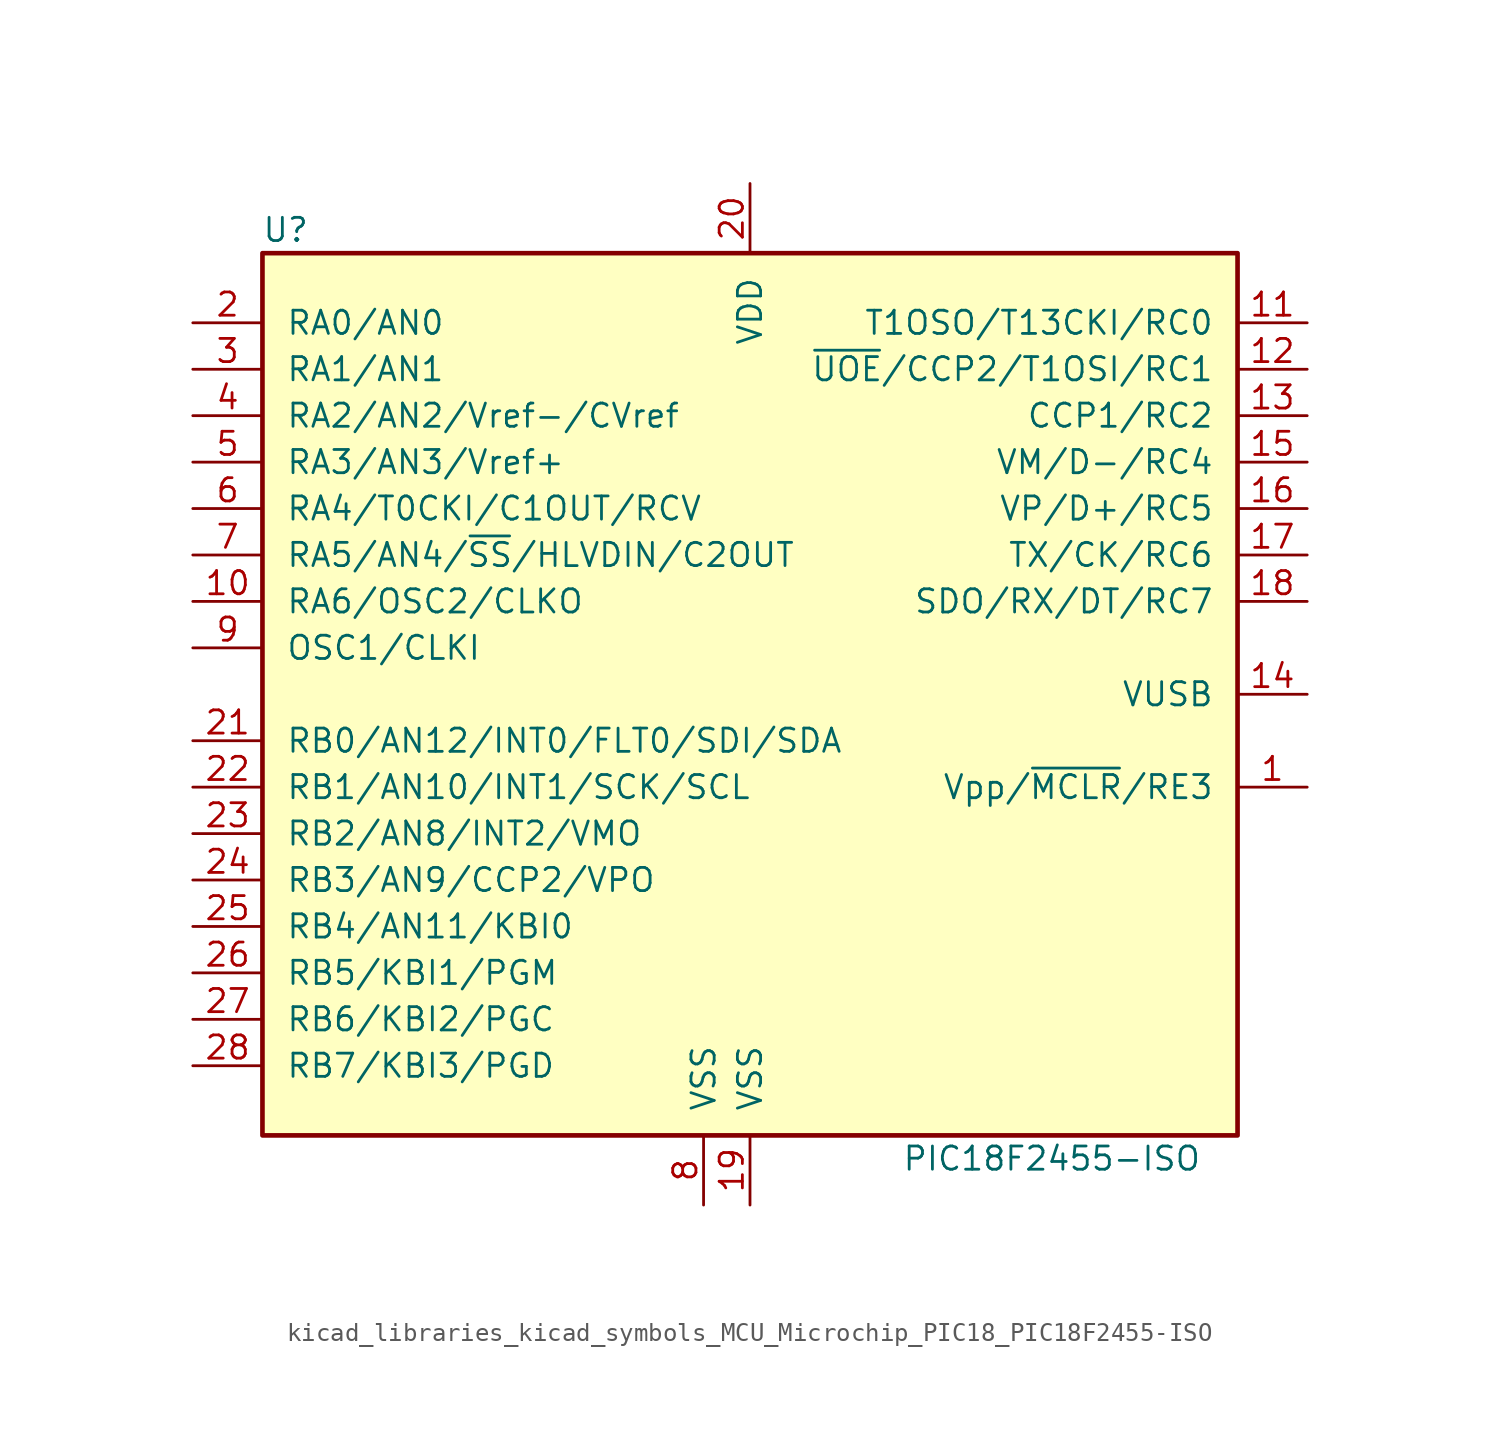
<source format=kicad_sym>
(kicad_symbol_lib
  (version 20220914)
  (generator kicad_symbol_editor)
  (symbol "kicad_libraries_kicad_symbols_MCU_Microchip_PIC18_PIC18F2455-ISO"
    (pin_names
      (offset 1.27))
    (property "Reference" "U"
      (at -25.4 25.4 0)
      (effects (font (size 1.27 1.27))))
    (property "Value" "PIC18F2455-ISO"
      (at 16.51 -25.4 0)
      (effects (font (size 1.27 1.27))))
    (symbol "kicad_libraries_kicad_symbols_MCU_Microchip_PIC18_PIC18F2455-ISO_0_1"
      (rectangle (start -26.67 24.13) (end 26.67 -24.13) (stroke (width 0.254) (type default)) (fill (type background))))
    (symbol "kicad_libraries_kicad_symbols_MCU_Microchip_PIC18_PIC18F2455-ISO_1_1"
      (pin input line (at 30.48 -5.08 180) (length 3.81) (name "Vpp/~{MCLR}/RE3" (effects (font (size 1.27 1.27)))) (number "1" (effects (font (size 1.27 1.27)))))
      (pin output line (at -30.48 5.08 0) (length 3.81) (name "RA6/OSC2/CLKO" (effects (font (size 1.27 1.27)))) (number "10" (effects (font (size 1.27 1.27)))))
      (pin bidirectional line (at 30.48 20.32 180) (length 3.81) (name "T1OSO/T13CKI/RC0" (effects (font (size 1.27 1.27)))) (number "11" (effects (font (size 1.27 1.27)))))
      (pin bidirectional line (at 30.48 17.78 180) (length 3.81) (name "~{UOE}/CCP2/T1OSI/RC1" (effects (font (size 1.27 1.27)))) (number "12" (effects (font (size 1.27 1.27)))))
      (pin bidirectional line (at 30.48 15.24 180) (length 3.81) (name "CCP1/RC2" (effects (font (size 1.27 1.27)))) (number "13" (effects (font (size 1.27 1.27)))))
      (pin bidirectional line (at 30.48 0 180) (length 3.81) (name "VUSB" (effects (font (size 1.27 1.27)))) (number "14" (effects (font (size 1.27 1.27)))))
      (pin bidirectional line (at 30.48 12.7 180) (length 3.81) (name "VM/D-/RC4" (effects (font (size 1.27 1.27)))) (number "15" (effects (font (size 1.27 1.27)))))
      (pin bidirectional line (at 30.48 10.16 180) (length 3.81) (name "VP/D+/RC5" (effects (font (size 1.27 1.27)))) (number "16" (effects (font (size 1.27 1.27)))))
      (pin bidirectional line (at 30.48 7.62 180) (length 3.81) (name "TX/CK/RC6" (effects (font (size 1.27 1.27)))) (number "17" (effects (font (size 1.27 1.27)))))
      (pin bidirectional line (at 30.48 5.08 180) (length 3.81) (name "SDO/RX/DT/RC7" (effects (font (size 1.27 1.27)))) (number "18" (effects (font (size 1.27 1.27)))))
      (pin power_in line (at 0 -27.94 90) (length 3.81) (name "VSS" (effects (font (size 1.27 1.27)))) (number "19" (effects (font (size 1.27 1.27)))))
      (pin bidirectional line (at -30.48 20.32 0) (length 3.81) (name "RA0/AN0" (effects (font (size 1.27 1.27)))) (number "2" (effects (font (size 1.27 1.27)))))
      (pin power_in line (at 0 27.94 270) (length 3.81) (name "VDD" (effects (font (size 1.27 1.27)))) (number "20" (effects (font (size 1.27 1.27)))))
      (pin bidirectional line (at -30.48 -2.54 0) (length 3.81) (name "RB0/AN12/INT0/FLT0/SDI/SDA" (effects (font (size 1.27 1.27)))) (number "21" (effects (font (size 1.27 1.27)))))
      (pin bidirectional line (at -30.48 -5.08 0) (length 3.81) (name "RB1/AN10/INT1/SCK/SCL" (effects (font (size 1.27 1.27)))) (number "22" (effects (font (size 1.27 1.27)))))
      (pin bidirectional line (at -30.48 -7.62 0) (length 3.81) (name "RB2/AN8/INT2/VMO" (effects (font (size 1.27 1.27)))) (number "23" (effects (font (size 1.27 1.27)))))
      (pin bidirectional line (at -30.48 -10.16 0) (length 3.81) (name "RB3/AN9/CCP2/VPO" (effects (font (size 1.27 1.27)))) (number "24" (effects (font (size 1.27 1.27)))))
      (pin bidirectional line (at -30.48 -12.7 0) (length 3.81) (name "RB4/AN11/KBI0" (effects (font (size 1.27 1.27)))) (number "25" (effects (font (size 1.27 1.27)))))
      (pin bidirectional line (at -30.48 -15.24 0) (length 3.81) (name "RB5/KBI1/PGM" (effects (font (size 1.27 1.27)))) (number "26" (effects (font (size 1.27 1.27)))))
      (pin bidirectional line (at -30.48 -17.78 0) (length 3.81) (name "RB6/KBI2/PGC" (effects (font (size 1.27 1.27)))) (number "27" (effects (font (size 1.27 1.27)))))
      (pin bidirectional line (at -30.48 -20.32 0) (length 3.81) (name "RB7/KBI3/PGD" (effects (font (size 1.27 1.27)))) (number "28" (effects (font (size 1.27 1.27)))))
      (pin bidirectional line (at -30.48 17.78 0) (length 3.81) (name "RA1/AN1" (effects (font (size 1.27 1.27)))) (number "3" (effects (font (size 1.27 1.27)))))
      (pin bidirectional line (at -30.48 15.24 0) (length 3.81) (name "RA2/AN2/Vref-/CVref" (effects (font (size 1.27 1.27)))) (number "4" (effects (font (size 1.27 1.27)))))
      (pin bidirectional line (at -30.48 12.7 0) (length 3.81) (name "RA3/AN3/Vref+" (effects (font (size 1.27 1.27)))) (number "5" (effects (font (size 1.27 1.27)))))
      (pin bidirectional line (at -30.48 10.16 0) (length 3.81) (name "RA4/T0CKI/C1OUT/RCV" (effects (font (size 1.27 1.27)))) (number "6" (effects (font (size 1.27 1.27)))))
      (pin bidirectional line (at -30.48 7.62 0) (length 3.81) (name "RA5/AN4/~{SS}/HLVDIN/C2OUT" (effects (font (size 1.27 1.27)))) (number "7" (effects (font (size 1.27 1.27)))))
      (pin power_in line (at -2.54 -27.94 90) (length 3.81) (name "VSS" (effects (font (size 1.27 1.27)))) (number "8" (effects (font (size 1.27 1.27)))))
      (pin input line (at -30.48 2.54 0) (length 3.81) (name "OSC1/CLKI" (effects (font (size 1.27 1.27)))) (number "9" (effects (font (size 1.27 1.27))))))))
</source>
